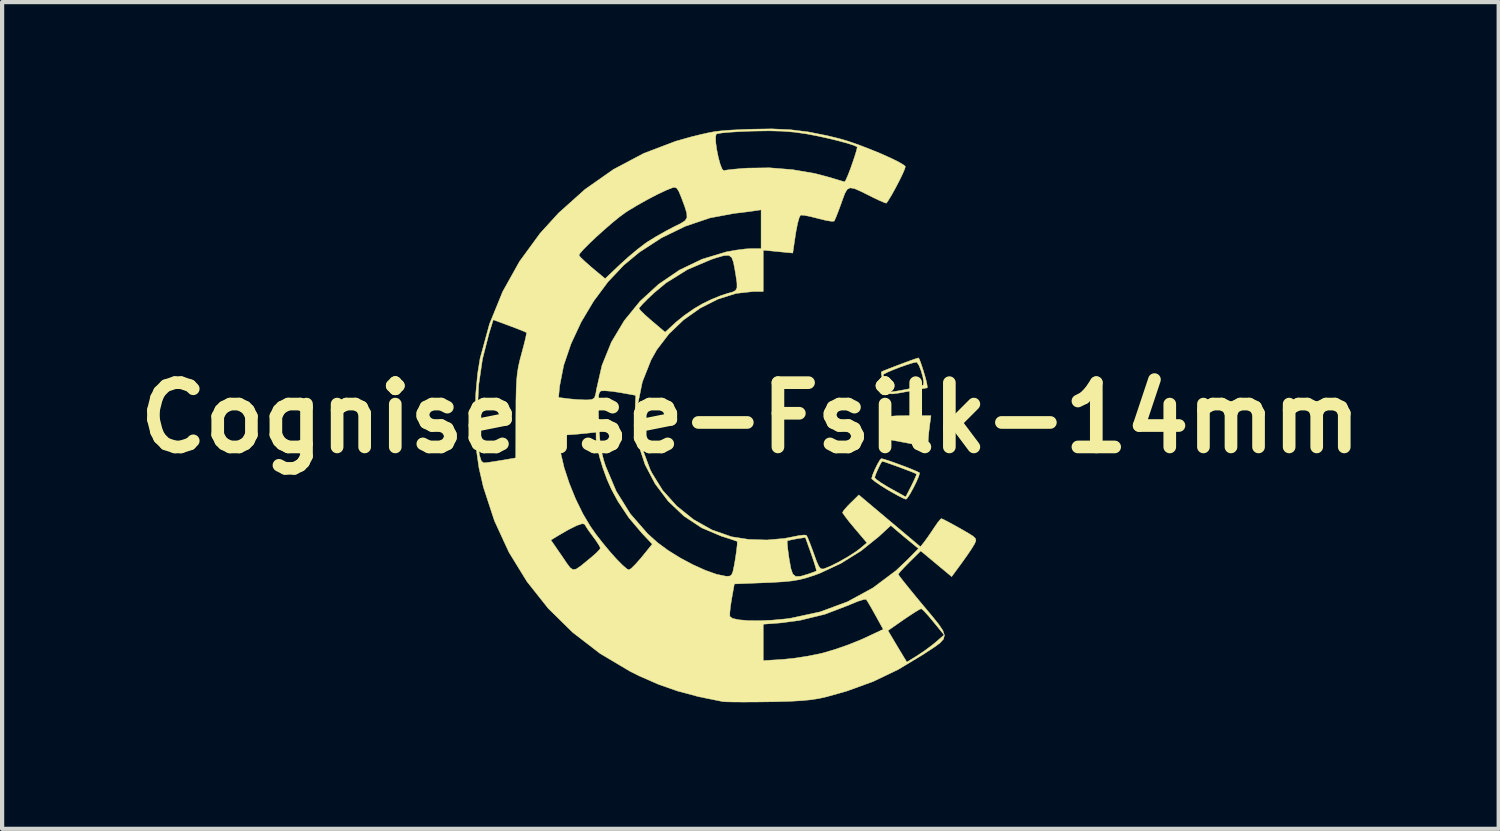
<source format=kicad_pcb>
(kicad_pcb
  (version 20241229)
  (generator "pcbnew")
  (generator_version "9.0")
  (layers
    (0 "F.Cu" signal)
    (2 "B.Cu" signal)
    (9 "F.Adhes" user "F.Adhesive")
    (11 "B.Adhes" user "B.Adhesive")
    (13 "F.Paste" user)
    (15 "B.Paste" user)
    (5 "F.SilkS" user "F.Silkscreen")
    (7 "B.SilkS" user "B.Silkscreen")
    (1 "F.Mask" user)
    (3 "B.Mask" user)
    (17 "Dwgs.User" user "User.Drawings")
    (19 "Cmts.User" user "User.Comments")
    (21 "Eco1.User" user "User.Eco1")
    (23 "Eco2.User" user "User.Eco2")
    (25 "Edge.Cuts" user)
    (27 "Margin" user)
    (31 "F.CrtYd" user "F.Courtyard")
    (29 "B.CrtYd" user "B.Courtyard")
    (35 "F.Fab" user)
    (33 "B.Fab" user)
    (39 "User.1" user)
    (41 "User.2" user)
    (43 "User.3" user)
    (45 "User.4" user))
  (footprint "Cognisense-Fsilk-14mm"
    (layer "F.Cu")
    (at 14.739 6.856)
    (property "Reference" "Cognisense-Fsilk-14mm" (at 0 0 0) (layer "F.SilkS") (effects (font (size 1.524 1.524) (thickness 0.3))))
    (attr through_hole)
    (fp_poly (pts (xy 4.249 0.185) (xy 4.229 0.356) (xy 4.217 0.503) (xy 4.216 0.54) (xy 4.21 0.602) (xy 4.181 0.638) (xy 4.112 0.651) (xy 3.987 0.642) (xy 3.792 0.61) (xy 3.589 0.572) (xy 3.19 0.496) (xy 3.221 0.343) (xy 3.243 0.188) (xy 3.251 0.07) (xy 3.255 0.015) (xy 3.279 -0.02) (xy 3.34 -0.039) (xy 3.459 -0.048) (xy 3.652 -0.051) (xy 3.766 -0.051) (xy 4.281 -0.051) (xy 4.249 0.185)) (stroke (width 0.01) (type solid)) (fill yes) (layer "F.SilkS"))
    (fp_poly (pts (xy 3.174 0.982) (xy 3.306 1.025) (xy 3.475 1.085) (xy 3.656 1.152) (xy 3.822 1.217) (xy 3.949 1.271) (xy 4.011 1.303) (xy 4.013 1.307) (xy 3.991 1.386) (xy 3.936 1.515) (xy 3.863 1.662) (xy 3.787 1.8) (xy 3.723 1.898) (xy 3.689 1.93) (xy 3.622 1.905) (xy 3.492 1.839) (xy 3.323 1.745) (xy 3.251 1.703) (xy 3.081 1.597) (xy 2.951 1.507) (xy 2.881 1.449) (xy 2.874 1.436) (xy 2.88 1.416) (xy 2.946 1.416) (xy 2.988 1.462) (xy 3.098 1.54) (xy 3.256 1.637) (xy 3.315 1.67) (xy 3.683 1.874) (xy 3.818 1.61) (xy 3.887 1.467) (xy 3.93 1.364) (xy 3.937 1.33) (xy 3.885 1.305) (xy 3.767 1.258) (xy 3.609 1.198) (xy 3.439 1.135) (xy 3.283 1.08) (xy 3.168 1.041) (xy 3.121 1.03) (xy 3.078 1.103) (xy 3.022 1.219) (xy 2.972 1.336) (xy 2.947 1.411) (xy 2.946 1.416) (xy 2.88 1.416) (xy 2.899 1.348) (xy 2.952 1.223) (xy 3.015 1.095) (xy 3.072 0.998) (xy 3.104 0.965) (xy 3.174 0.982)) (stroke (width 0.01) (type solid)) (fill yes) (layer "F.SilkS"))
    (fp_poly (pts (xy 4.011 -1.378) (xy 4.052 -1.267) (xy 4.1 -1.118) (xy 4.147 -0.961) (xy 4.181 -0.827) (xy 4.181 -0.826) (xy 4.195 -0.737) (xy 4.191 -0.711) (xy 4.137 -0.702) (xy 4.008 -0.679) (xy 3.829 -0.645) (xy 3.776 -0.635) (xy 3.534 -0.59) (xy 3.372 -0.568) (xy 3.272 -0.575) (xy 3.214 -0.617) (xy 3.178 -0.699) (xy 3.149 -0.816) (xy 3.118 -0.964) (xy 3.11 -1.023) (xy 3.15 -1.023) (xy 3.168 -0.91) (xy 3.211 -0.78) (xy 3.263 -0.669) (xy 3.31 -0.613) (xy 3.317 -0.611) (xy 3.395 -0.622) (xy 3.541 -0.646) (xy 3.722 -0.68) (xy 3.898 -0.717) (xy 4.032 -0.752) (xy 4.095 -0.777) (xy 4.096 -0.777) (xy 4.108 -0.846) (xy 4.089 -0.969) (xy 4.049 -1.112) (xy 4 -1.238) (xy 3.952 -1.313) (xy 3.935 -1.321) (xy 3.852 -1.304) (xy 3.715 -1.261) (xy 3.549 -1.203) (xy 3.384 -1.139) (xy 3.246 -1.08) (xy 3.162 -1.036) (xy 3.15 -1.023) (xy 3.11 -1.023) (xy 3.104 -1.066) (xy 3.107 -1.092) (xy 3.159 -1.116) (xy 3.28 -1.164) (xy 3.443 -1.227) (xy 3.621 -1.294) (xy 3.789 -1.356) (xy 3.919 -1.402) (xy 3.985 -1.422) (xy 3.987 -1.422) (xy 4.011 -1.378)) (stroke (width 0.01) (type solid)) (fill yes) (layer "F.SilkS"))
    (fp_poly (pts (xy 0.948 -6.831) (xy 1.372 -6.779) (xy 1.82 -6.69) (xy 2.108 -6.62) (xy 2.319 -6.558) (xy 2.565 -6.473) (xy 2.826 -6.373) (xy 3.083 -6.268) (xy 3.316 -6.164) (xy 3.506 -6.071) (xy 3.633 -5.996) (xy 3.674 -5.959) (xy 3.66 -5.903) (xy 3.609 -5.783) (xy 3.531 -5.623) (xy 3.44 -5.449) (xy 3.348 -5.283) (xy 3.268 -5.151) (xy 3.224 -5.089) (xy 3.176 -5.103) (xy 3.06 -5.153) (xy 2.9 -5.229) (xy 2.863 -5.248) (xy 2.63 -5.364) (xy 2.471 -5.434) (xy 2.366 -5.453) (xy 2.295 -5.417) (xy 2.24 -5.322) (xy 2.181 -5.164) (xy 2.157 -5.094) (xy 2.088 -4.907) (xy 2.03 -4.759) (xy 1.992 -4.673) (xy 1.986 -4.664) (xy 1.926 -4.659) (xy 1.795 -4.68) (xy 1.622 -4.722) (xy 1.6 -4.728) (xy 1.419 -4.774) (xy 1.273 -4.802) (xy 1.193 -4.807) (xy 1.19 -4.806) (xy 1.159 -4.75) (xy 1.121 -4.617) (xy 1.084 -4.432) (xy 1.07 -4.346) (xy 1.005 -3.907) (xy 0.655 -3.941) (xy 0.305 -3.976) (xy 0.305 -2.997) (xy 0.087 -2.997) (xy -0.339 -2.95) (xy -0.77 -2.814) (xy -1.19 -2.601) (xy -1.583 -2.323) (xy -1.931 -1.99) (xy -2.219 -1.614) (xy -2.355 -1.372) (xy -2.561 -0.852) (xy -2.666 -0.337) (xy -2.67 0.178) (xy -2.574 0.696) (xy -2.377 1.222) (xy -2.339 1.3) (xy -2.081 1.717) (xy -1.744 2.092) (xy -1.348 2.41) (xy -0.911 2.656) (xy -0.451 2.817) (xy -0.431 2.821) (xy -0.035 2.882) (xy 0.392 2.895) (xy 0.803 2.859) (xy 0.991 2.823) (xy 1.156 2.79) (xy 1.279 2.777) (xy 1.329 2.785) (xy 1.36 2.846) (xy 1.414 2.978) (xy 1.48 3.156) (xy 1.501 3.214) (xy 1.572 3.409) (xy 1.625 3.524) (xy 1.671 3.576) (xy 1.722 3.583) (xy 1.747 3.577) (xy 1.903 3.514) (xy 2.105 3.412) (xy 2.317 3.291) (xy 2.503 3.171) (xy 2.594 3.103) (xy 2.763 2.962) (xy 2.474 2.621) (xy 2.344 2.465) (xy 2.245 2.336) (xy 2.19 2.257) (xy 2.184 2.243) (xy 2.218 2.189) (xy 2.304 2.091) (xy 2.378 2.016) (xy 2.571 1.827) (xy 3.302 2.442) (xy 4.032 3.056) (xy 4.125 2.938) (xy 4.209 2.823) (xy 4.313 2.67) (xy 4.357 2.604) (xy 4.442 2.48) (xy 4.507 2.402) (xy 4.527 2.388) (xy 4.582 2.411) (xy 4.704 2.474) (xy 4.872 2.566) (xy 4.971 2.621) (xy 5.162 2.731) (xy 5.28 2.806) (xy 5.336 2.86) (xy 5.346 2.91) (xy 5.323 2.969) (xy 5.313 2.989) (xy 5.249 3.096) (xy 5.144 3.252) (xy 5.021 3.425) (xy 5.007 3.444) (xy 4.772 3.764) (xy 4.405 3.459) (xy 4.039 3.154) (xy 3.772 3.417) (xy 3.643 3.548) (xy 3.548 3.651) (xy 3.506 3.706) (xy 3.505 3.709) (xy 3.536 3.755) (xy 3.622 3.867) (xy 3.753 4.03) (xy 3.918 4.232) (xy 4.091 4.441) (xy 4.31 4.702) (xy 4.467 4.897) (xy 4.564 5.043) (xy 4.601 5.155) (xy 4.576 5.248) (xy 4.491 5.34) (xy 4.345 5.446) (xy 4.138 5.581) (xy 4.09 5.613) (xy 3.504 5.966) (xy 2.912 6.25) (xy 2.281 6.479) (xy 1.808 6.612) (xy 1.626 6.653) (xy 1.433 6.683) (xy 1.208 6.705) (xy 0.931 6.72) (xy 0.58 6.73) (xy 0.432 6.732) (xy 0.121 6.736) (xy -0.163 6.737) (xy -0.4 6.736) (xy -0.572 6.732) (xy -0.66 6.725) (xy -1.227 6.61) (xy -1.724 6.477) (xy -2.182 6.317) (xy -2.633 6.119) (xy -2.85 6.011) (xy -3.564 5.586) (xy -4.212 5.087) (xy -4.411 4.892) (xy 0.305 4.892) (xy 0.305 5.755) (xy 0.775 5.726) (xy 1.05 5.697) (xy 1.366 5.648) (xy 1.663 5.588) (xy 1.735 5.57) (xy 2.018 5.486) (xy 2.334 5.375) (xy 2.624 5.258) (xy 2.688 5.229) (xy 3.087 5.043) (xy 3.261 5.043) (xy 3.416 5.303) (xy 3.513 5.466) (xy 3.6 5.609) (xy 3.64 5.676) (xy 3.71 5.79) (xy 3.951 5.641) (xy 4.136 5.517) (xy 4.324 5.376) (xy 4.393 5.319) (xy 4.593 5.146) (xy 4.341 4.837) (xy 4.218 4.69) (xy 4.117 4.58) (xy 4.057 4.527) (xy 4.051 4.524) (xy 3.994 4.55) (xy 3.876 4.622) (xy 3.717 4.727) (xy 3.636 4.782) (xy 3.261 5.043) (xy 3.087 5.043) (xy 3.15 5.014) (xy 2.965 4.679) (xy 2.872 4.512) (xy 2.794 4.38) (xy 2.749 4.308) (xy 2.746 4.304) (xy 2.687 4.306) (xy 2.561 4.345) (xy 2.391 4.414) (xy 2.332 4.44) (xy 1.767 4.656) (xy 1.166 4.802) (xy 0.725 4.86) (xy 0.305 4.892) (xy -4.411 4.892) (xy -4.681 4.626) (xy -0.488 4.626) (xy -0.486 4.707) (xy -0.486 4.709) (xy -0.418 4.756) (xy -0.266 4.788) (xy -0.049 4.806) (xy 0.217 4.809) (xy 0.514 4.796) (xy 0.826 4.767) (xy 0.965 4.748) (xy 1.654 4.599) (xy 2.303 4.359) (xy 2.906 4.03) (xy 3.456 3.618) (xy 3.732 3.356) (xy 3.985 3.098) (xy 3.784 2.933) (xy 3.637 2.812) (xy 3.5 2.697) (xy 3.457 2.66) (xy 3.33 2.551) (xy 3.039 2.819) (xy 2.623 3.153) (xy 2.147 3.449) (xy 1.654 3.68) (xy 1.534 3.725) (xy 1.34 3.789) (xy 1.168 3.834) (xy 0.99 3.865) (xy 0.777 3.886) (xy 0.503 3.902) (xy 0.356 3.908) (xy -0.38 3.937) (xy -0.444 4.293) (xy -0.473 4.477) (xy -0.488 4.626) (xy -4.681 4.626) (xy -4.791 4.518) (xy -5.295 3.883) (xy -5.722 3.189) (xy -5.857 2.897) (xy -4.729 2.897) (xy -4.467 3.277) (xy -4.353 3.446) (xy -4.273 3.553) (xy -4.205 3.598) (xy -4.128 3.584) (xy -4.019 3.51) (xy -3.857 3.377) (xy -3.77 3.306) (xy -3.651 3.202) (xy -3.573 3.119) (xy -3.556 3.087) (xy -3.585 3.025) (xy -3.659 2.911) (xy -3.731 2.813) (xy -3.831 2.677) (xy -3.903 2.568) (xy -3.927 2.524) (xy -3.983 2.508) (xy -4.115 2.552) (xy -4.319 2.654) (xy -4.562 2.795) (xy -4.729 2.897) (xy -5.857 2.897) (xy -6.068 2.439) (xy -6.33 1.64) (xy -6.434 1.187) (xy -6.489 0.807) (xy -6.519 0.36) (xy -6.525 -0.102) (xy -6.473 -0.102) (xy -6.469 0.326) (xy -6.452 0.656) (xy -6.422 0.887) (xy -6.378 1.024) (xy -6.322 1.067) (xy -6.238 1.059) (xy -6.087 1.037) (xy -5.906 1.008) (xy -5.563 0.949) (xy -5.561 0.576) (xy -4.521 0.576) (xy -4.493 0.85) (xy -4.415 1.182) (xy -4.295 1.547) (xy -4.144 1.92) (xy -3.969 2.277) (xy -3.795 2.57) (xy -3.661 2.761) (xy -3.503 2.964) (xy -3.337 3.164) (xy -3.177 3.344) (xy -3.036 3.487) (xy -2.93 3.579) (xy -2.878 3.604) (xy -2.82 3.566) (xy -2.72 3.466) (xy -2.597 3.327) (xy -2.572 3.297) (xy -2.326 2.993) (xy -2.575 2.729) (xy -2.883 2.365) (xy -3.142 1.975) (xy -3.294 1.693) (xy -3.397 1.462) (xy -3.494 1.197) (xy -3.576 0.928) (xy -3.633 0.686) (xy -3.657 0.503) (xy -3.658 0.489) (xy -3.658 0.341) (xy -3.97 0.374) (xy -4.158 0.391) (xy -4.321 0.403) (xy -4.402 0.406) (xy -4.484 0.422) (xy -4.517 0.489) (xy -4.521 0.576) (xy -5.561 0.576) (xy -5.56 -0.046) (xy -5.558 -0.263) (xy -3.605 -0.263) (xy -3.598 -0.004) (xy -3.595 0.064) (xy -3.58 0.377) (xy -3.559 0.618) (xy -3.525 0.819) (xy -3.476 1.01) (xy -3.433 1.143) (xy -3.18 1.74) (xy -2.847 2.275) (xy -2.436 2.746) (xy -2.199 2.959) (xy -1.952 3.141) (xy -1.666 3.319) (xy -1.364 3.48) (xy -1.069 3.613) (xy -0.803 3.708) (xy -0.589 3.753) (xy -0.555 3.755) (xy -0.49 3.751) (xy -0.446 3.721) (xy -0.414 3.644) (xy -0.384 3.501) (xy -0.358 3.351) (xy -0.33 3.161) (xy -0.313 3.014) (xy -0.311 2.973) (xy 0.874 2.973) (xy 0.886 3.104) (xy 0.91 3.285) (xy 0.92 3.348) (xy 0.959 3.568) (xy 1.004 3.701) (xy 1.075 3.759) (xy 1.186 3.757) (xy 1.357 3.707) (xy 1.377 3.701) (xy 1.495 3.659) (xy 1.562 3.632) (xy 1.566 3.63) (xy 1.557 3.579) (xy 1.521 3.457) (xy 1.464 3.286) (xy 1.443 3.226) (xy 1.304 2.835) (xy 1.098 2.867) (xy 0.966 2.892) (xy 0.884 2.913) (xy 0.875 2.918) (xy 0.874 2.973) (xy -0.311 2.973) (xy -0.309 2.936) (xy -0.311 2.93) (xy -0.365 2.909) (xy -0.491 2.867) (xy -0.662 2.813) (xy -0.686 2.805) (xy -1.154 2.607) (xy -1.578 2.326) (xy -1.948 1.975) (xy -2.257 1.565) (xy -2.497 1.108) (xy -2.658 0.618) (xy -2.733 0.105) (xy -2.734 -0.177) (xy -2.718 -0.533) (xy -3.092 -0.6) (xy -3.285 -0.629) (xy -3.444 -0.642) (xy -3.538 -0.639) (xy -3.543 -0.637) (xy -3.574 -0.611) (xy -3.594 -0.551) (xy -3.604 -0.44) (xy -3.605 -0.263) (xy -5.558 -0.263) (xy -5.558 -0.4) (xy -5.556 -0.483) (xy -4.547 -0.483) (xy -4.293 -0.451) (xy -4.101 -0.434) (xy -3.918 -0.426) (xy -3.861 -0.426) (xy -3.753 -0.436) (xy -3.696 -0.474) (xy -3.666 -0.569) (xy -3.65 -0.669) (xy -3.518 -1.245) (xy -3.296 -1.793) (xy -2.992 -2.302) (xy -2.754 -2.594) (xy -2.642 -2.594) (xy -2.605 -2.546) (xy -2.509 -2.451) (xy -2.372 -2.328) (xy -2.331 -2.294) (xy -2.021 -2.031) (xy -1.754 -2.276) (xy -1.564 -2.429) (xy -1.335 -2.588) (xy -1.137 -2.704) (xy -0.929 -2.805) (xy -0.717 -2.892) (xy -0.548 -2.948) (xy -0.546 -2.949) (xy -0.426 -2.981) (xy -0.352 -3.019) (xy -0.318 -3.083) (xy -0.318 -3.194) (xy -0.344 -3.373) (xy -0.366 -3.504) (xy -0.401 -3.69) (xy -0.443 -3.803) (xy -0.512 -3.852) (xy -0.627 -3.847) (xy -0.809 -3.795) (xy -0.929 -3.755) (xy -1.492 -3.516) (xy -2 -3.199) (xy -2.287 -2.96) (xy -2.44 -2.815) (xy -2.56 -2.694) (xy -2.63 -2.614) (xy -2.642 -2.594) (xy -2.754 -2.594) (xy -2.616 -2.764) (xy -2.176 -3.167) (xy -1.683 -3.503) (xy -1.144 -3.762) (xy -0.57 -3.935) (xy -0.559 -3.937) (xy -0.34 -3.976) (xy -0.124 -4.004) (xy 0.029 -4.013) (xy 0.254 -4.013) (xy 0.254 -4.932) (xy 0.089 -4.907) (xy -0.055 -4.887) (xy -0.248 -4.863) (xy -0.38 -4.848) (xy -0.958 -4.74) (xy -1.541 -4.543) (xy -2.107 -4.268) (xy -2.634 -3.925) (xy -3.002 -3.62) (xy -3.376 -3.224) (xy -3.716 -2.767) (xy -4.012 -2.271) (xy -4.252 -1.756) (xy -4.426 -1.244) (xy -4.522 -0.754) (xy -4.529 -0.684) (xy -4.547 -0.483) (xy -5.556 -0.483) (xy -5.552 -0.673) (xy -5.542 -0.886) (xy -5.525 -1.06) (xy -5.5 -1.216) (xy -5.463 -1.376) (xy -5.424 -1.523) (xy -5.369 -1.729) (xy -5.328 -1.895) (xy -5.308 -1.998) (xy -5.307 -2.022) (xy -5.359 -2.046) (xy -5.483 -2.096) (xy -5.654 -2.162) (xy -5.709 -2.182) (xy -6.095 -2.326) (xy -6.196 -2.001) (xy -6.351 -1.394) (xy -6.442 -0.773) (xy -6.473 -0.104) (xy -6.473 -0.102) (xy -6.525 -0.102) (xy -6.526 -0.12) (xy -6.508 -0.601) (xy -6.466 -1.05) (xy -6.408 -1.409) (xy -6.185 -2.224) (xy -5.873 -2.991) (xy -5.472 -3.709) (xy -5.364 -3.856) (xy -4.064 -3.856) (xy -4.028 -3.808) (xy -3.931 -3.715) (xy -3.793 -3.593) (xy -3.754 -3.559) (xy -3.443 -3.3) (xy -3.08 -3.644) (xy -2.885 -3.82) (xy -2.677 -3.994) (xy -2.493 -4.135) (xy -2.438 -4.173) (xy -2.241 -4.294) (xy -2.006 -4.427) (xy -1.814 -4.528) (xy -1.65 -4.609) (xy -1.548 -4.675) (xy -1.503 -4.749) (xy -1.508 -4.853) (xy -1.556 -5.009) (xy -1.631 -5.211) (xy -1.695 -5.367) (xy -1.746 -5.446) (xy -1.8 -5.466) (xy -1.846 -5.456) (xy -1.998 -5.396) (xy -2.207 -5.297) (xy -2.446 -5.172) (xy -2.688 -5.036) (xy -2.904 -4.906) (xy -2.972 -4.861) (xy -3.109 -4.76) (xy -3.278 -4.622) (xy -3.463 -4.461) (xy -3.649 -4.294) (xy -3.818 -4.134) (xy -3.954 -3.997) (xy -4.041 -3.898) (xy -4.064 -3.856) (xy -5.364 -3.856) (xy -4.984 -4.376) (xy -4.548 -4.855) (xy -3.919 -5.418) (xy -3.246 -5.89) (xy -2.529 -6.27) (xy -1.768 -6.559) (xy -1.434 -6.653) (xy -1.427 -6.655) (xy -0.826 -6.655) (xy -0.82 -6.522) (xy -0.796 -6.353) (xy -0.76 -6.176) (xy -0.717 -6.017) (xy -0.673 -5.904) (xy -0.634 -5.861) (xy -0.631 -5.862) (xy -0.553 -5.876) (xy -0.4 -5.894) (xy -0.197 -5.912) (xy -0.066 -5.921) (xy 0.456 -5.928) (xy 1.001 -5.884) (xy 1.527 -5.794) (xy 1.822 -5.717) (xy 2.007 -5.662) (xy 2.151 -5.619) (xy 2.229 -5.596) (xy 2.235 -5.594) (xy 2.262 -5.636) (xy 2.313 -5.752) (xy 2.378 -5.921) (xy 2.405 -5.998) (xy 2.469 -6.185) (xy 2.514 -6.331) (xy 2.533 -6.414) (xy 2.532 -6.424) (xy 2.458 -6.459) (xy 2.307 -6.508) (xy 2.1 -6.564) (xy 1.861 -6.623) (xy 1.612 -6.678) (xy 1.374 -6.724) (xy 1.325 -6.733) (xy 1.044 -6.773) (xy 0.761 -6.796) (xy 0.445 -6.804) (xy 0.064 -6.798) (xy 0.017 -6.797) (xy -0.256 -6.786) (xy -0.494 -6.771) (xy -0.677 -6.754) (xy -0.787 -6.736) (xy -0.81 -6.727) (xy -0.826 -6.655) (xy -1.427 -6.655) (xy -1.196 -6.713) (xy -1.006 -6.756) (xy -0.839 -6.787) (xy -0.668 -6.807) (xy -0.467 -6.822) (xy -0.207 -6.835) (xy 0.007 -6.843) (xy 0.506 -6.851) (xy 0.948 -6.831)) (stroke (width 0.01) (type solid)) (fill yes) (layer "F.SilkS")))
  (gr_rect
    (start -3 -3)
    (end 32.479 16.599)
    (stroke (width 0.1) (type default))
    (fill no)
    (layer "Edge.Cuts")))
</source>
